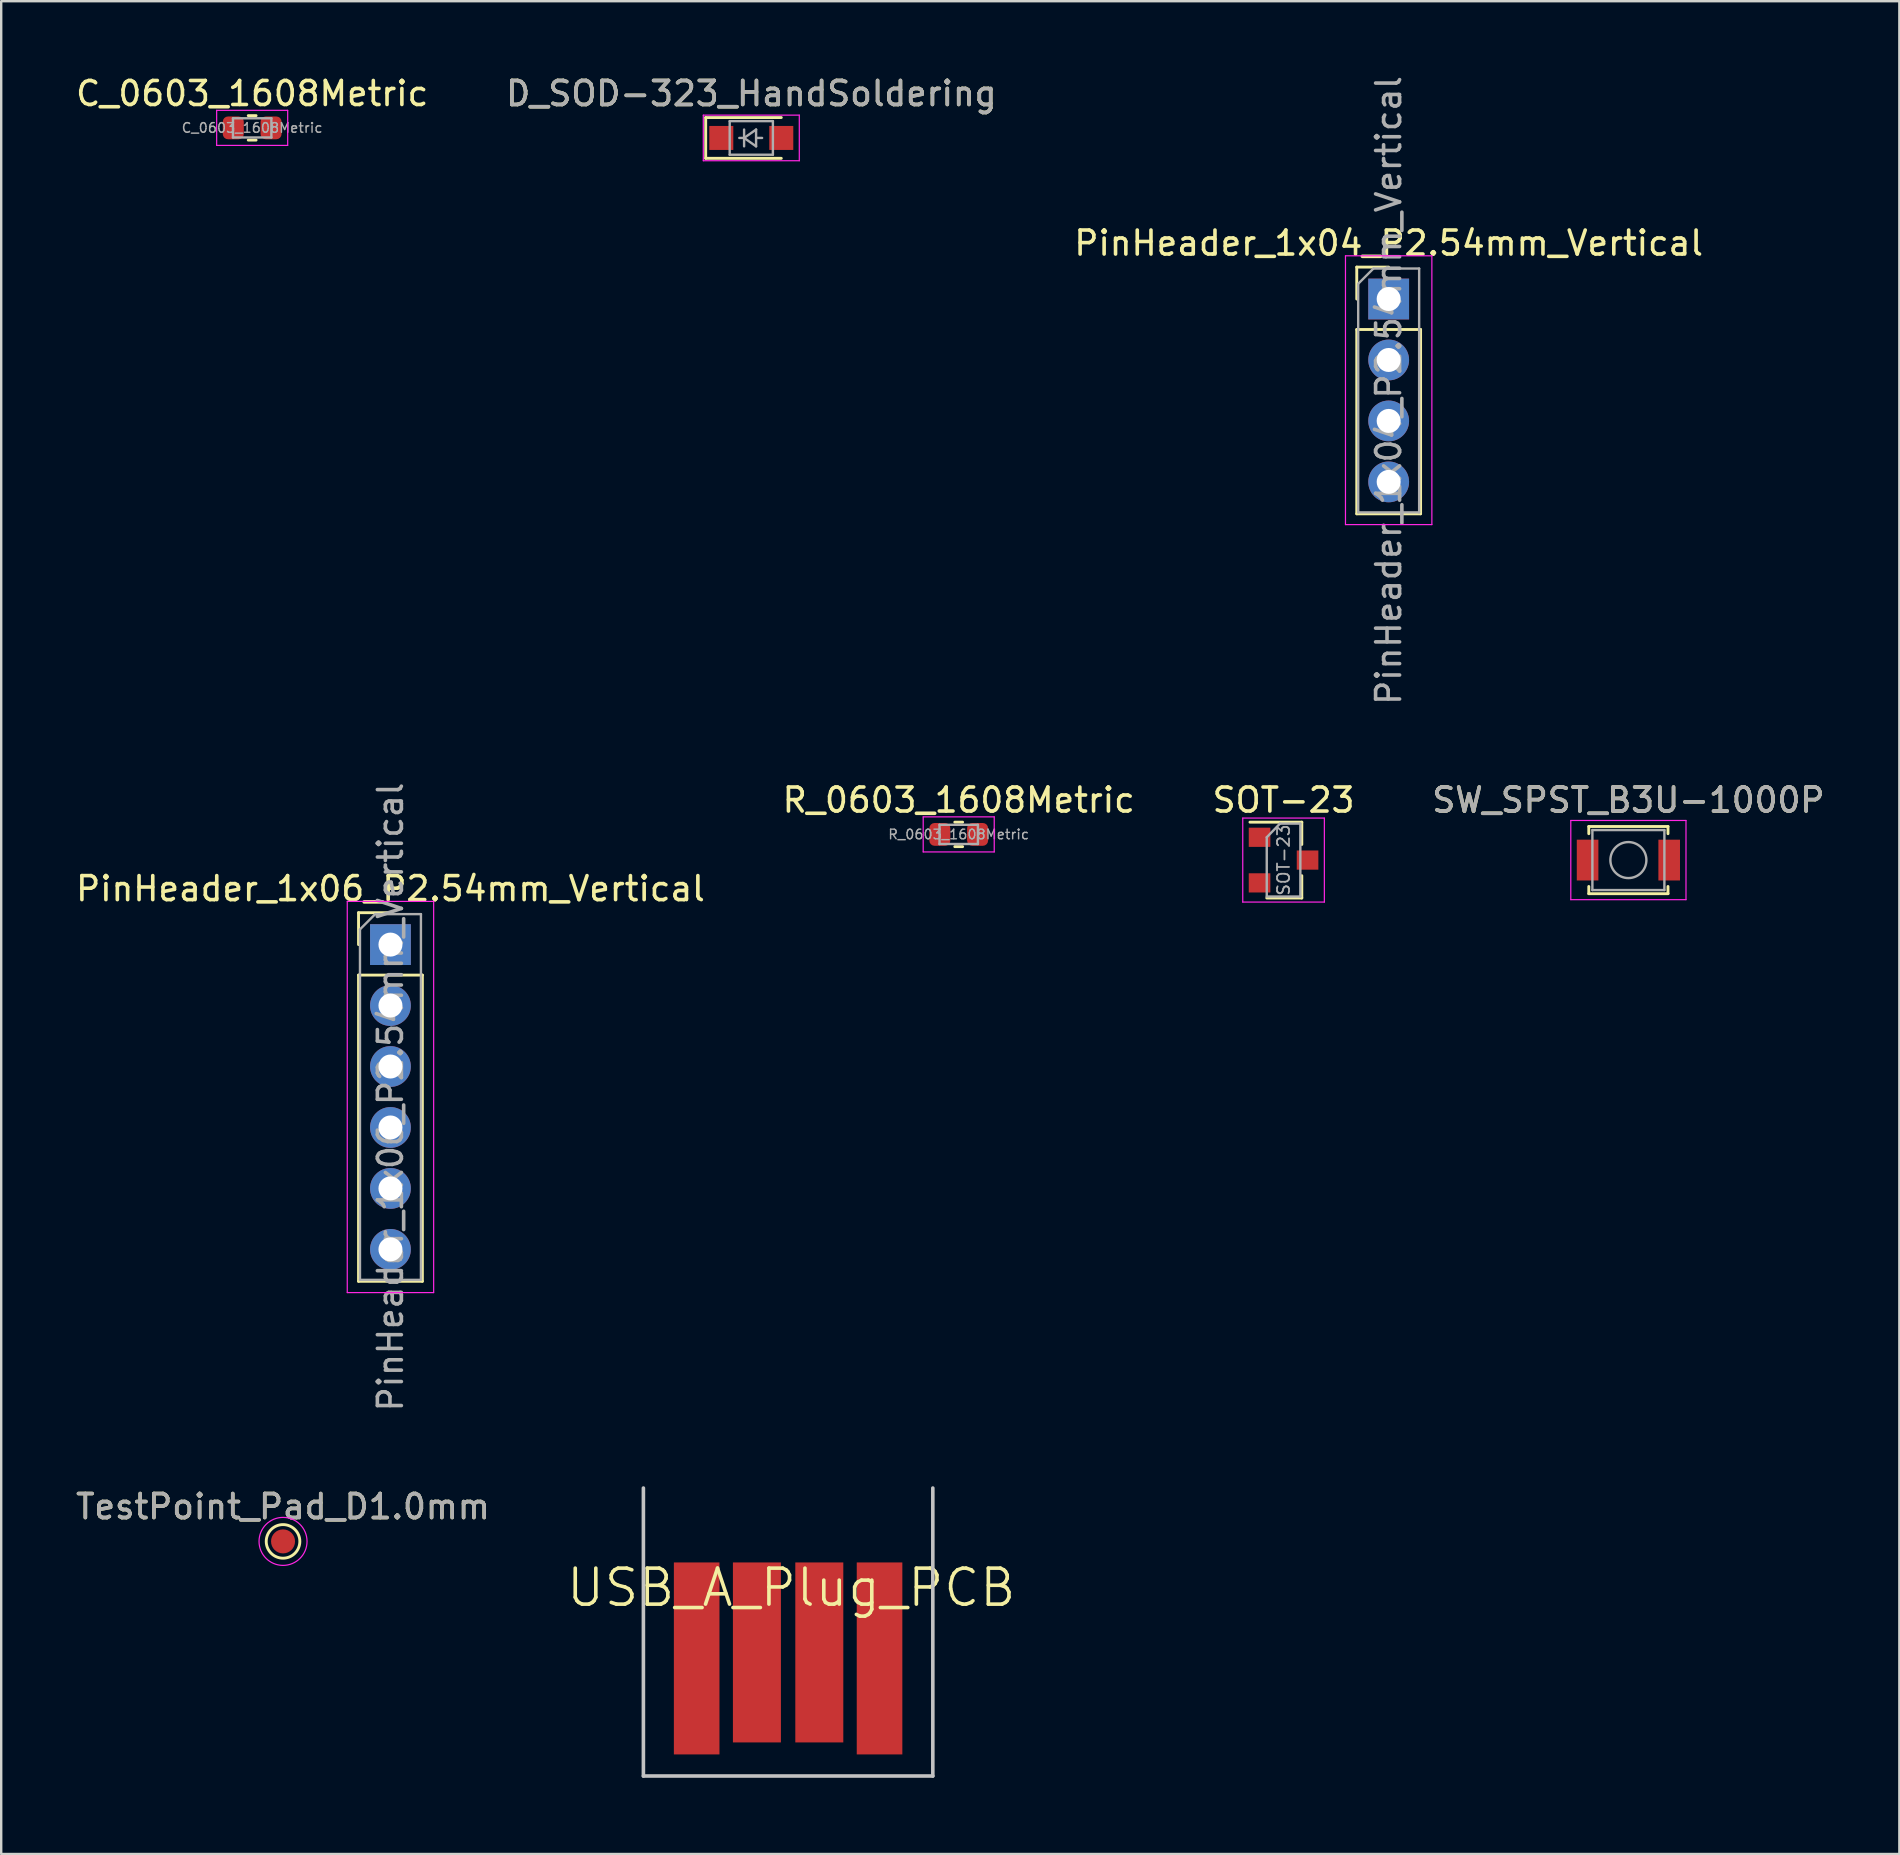
<source format=kicad_pcb>
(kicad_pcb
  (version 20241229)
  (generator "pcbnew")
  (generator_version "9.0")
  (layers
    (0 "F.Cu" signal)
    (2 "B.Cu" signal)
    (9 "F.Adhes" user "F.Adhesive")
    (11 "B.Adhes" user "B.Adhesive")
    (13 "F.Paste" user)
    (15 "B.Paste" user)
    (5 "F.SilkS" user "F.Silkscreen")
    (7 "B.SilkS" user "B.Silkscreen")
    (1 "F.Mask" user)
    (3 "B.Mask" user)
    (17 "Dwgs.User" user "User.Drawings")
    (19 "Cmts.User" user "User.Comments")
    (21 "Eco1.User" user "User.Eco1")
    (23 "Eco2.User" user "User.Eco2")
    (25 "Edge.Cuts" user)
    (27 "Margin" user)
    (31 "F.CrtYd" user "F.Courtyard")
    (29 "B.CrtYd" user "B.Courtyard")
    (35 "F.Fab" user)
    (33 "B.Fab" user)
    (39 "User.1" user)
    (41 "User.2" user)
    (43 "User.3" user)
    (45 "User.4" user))
  (footprint "PinHeader_1x06_P2.54mm_Vertical"
    (layer "F.Cu")
    (at 13.22 36.311)
    (property "Reference" "PinHeader_1x06_P2.54mm_Vertical" (at 0 -2.33 0) (layer "F.SilkS") (effects (font (size 1 1) (thickness 0.15))))
    (attr through_hole)
    (fp_line (start -1.33 -1.33) (end 0 -1.33) (stroke (width 0.12) (type solid)) (layer "F.SilkS"))
    (fp_line (start -1.33 0) (end -1.33 -1.33) (stroke (width 0.12) (type solid)) (layer "F.SilkS"))
    (fp_line (start -1.33 1.27) (end -1.33 14.03) (stroke (width 0.12) (type solid)) (layer "F.SilkS"))
    (fp_line (start -1.33 1.27) (end 1.33 1.27) (stroke (width 0.12) (type solid)) (layer "F.SilkS"))
    (fp_line (start -1.33 14.03) (end 1.33 14.03) (stroke (width 0.12) (type solid)) (layer "F.SilkS"))
    (fp_line (start 1.33 1.27) (end 1.33 14.03) (stroke (width 0.12) (type solid)) (layer "F.SilkS"))
    (fp_line (start -1.8 -1.8) (end -1.8 14.5) (stroke (width 0.05) (type solid)) (layer "F.CrtYd"))
    (fp_line (start -1.8 14.5) (end 1.8 14.5) (stroke (width 0.05) (type solid)) (layer "F.CrtYd"))
    (fp_line (start 1.8 -1.8) (end -1.8 -1.8) (stroke (width 0.05) (type solid)) (layer "F.CrtYd"))
    (fp_line (start 1.8 14.5) (end 1.8 -1.8) (stroke (width 0.05) (type solid)) (layer "F.CrtYd"))
    (fp_line (start -1.27 -0.635) (end -0.635 -1.27) (stroke (width 0.1) (type solid)) (layer "F.Fab"))
    (fp_line (start -1.27 13.97) (end -1.27 -0.635) (stroke (width 0.1) (type solid)) (layer "F.Fab"))
    (fp_line (start -0.635 -1.27) (end 1.27 -1.27) (stroke (width 0.1) (type solid)) (layer "F.Fab"))
    (fp_line (start 1.27 -1.27) (end 1.27 13.97) (stroke (width 0.1) (type solid)) (layer "F.Fab"))
    (fp_line (start 1.27 13.97) (end -1.27 13.97) (stroke (width 0.1) (type solid)) (layer "F.Fab"))
    (fp_text user "${REFERENCE}" (at 0 6.35 90) (layer "F.Fab") (effects (font (size 1 1) (thickness 0.15))))
    (pad "1" thru_hole rect (at 0 0) (size 1.7 1.7) (drill 1) (layers "*.Cu" "*.Mask"))
    (pad "2" thru_hole oval (at 0 2.54) (size 1.7 1.7) (drill 1) (layers "*.Cu" "*.Mask"))
    (pad "3" thru_hole oval (at 0 5.08) (size 1.7 1.7) (drill 1) (layers "*.Cu" "*.Mask"))
    (pad "4" thru_hole oval (at 0 7.62) (size 1.7 1.7) (drill 1) (layers "*.Cu" "*.Mask"))
    (pad "5" thru_hole oval (at 0 10.16) (size 1.7 1.7) (drill 1) (layers "*.Cu" "*.Mask"))
    (pad "6" thru_hole oval (at 0 12.7) (size 1.7 1.7) (drill 1) (layers "*.Cu" "*.Mask")))
  (footprint "SW_SPST_B3U-1000P"
    (layer "F.Cu")
    (at 64.804 32.789)
    (property "Reference" "SW_SPST_B3U-1000P" (at 0 -2.5 0) (layer "F.SilkS") (effects (font (size 1 1) (thickness 0.15))))
    (attr smd)
    (fp_line (start -1.65 -1.4) (end 1.65 -1.4) (stroke (width 0.12) (type solid)) (layer "F.SilkS"))
    (fp_line (start -1.65 -1.1) (end -1.65 -1.4) (stroke (width 0.12) (type solid)) (layer "F.SilkS"))
    (fp_line (start -1.65 1.1) (end -1.65 1.4) (stroke (width 0.12) (type solid)) (layer "F.SilkS"))
    (fp_line (start -1.65 1.4) (end 1.65 1.4) (stroke (width 0.12) (type solid)) (layer "F.SilkS"))
    (fp_line (start 1.65 -1.4) (end 1.65 -1.1) (stroke (width 0.12) (type solid)) (layer "F.SilkS"))
    (fp_line (start 1.65 1.4) (end 1.65 1.1) (stroke (width 0.12) (type solid)) (layer "F.SilkS"))
    (fp_line (start -2.4 -1.65) (end -2.4 1.65) (stroke (width 0.05) (type solid)) (layer "F.CrtYd"))
    (fp_line (start -2.4 1.65) (end 2.4 1.65) (stroke (width 0.05) (type solid)) (layer "F.CrtYd"))
    (fp_line (start 2.4 -1.65) (end -2.4 -1.65) (stroke (width 0.05) (type solid)) (layer "F.CrtYd"))
    (fp_line (start 2.4 1.65) (end 2.4 -1.65) (stroke (width 0.05) (type solid)) (layer "F.CrtYd"))
    (fp_line (start -1.5 -1.25) (end 1.5 -1.25) (stroke (width 0.1) (type solid)) (layer "F.Fab"))
    (fp_line (start -1.5 1.25) (end -1.5 -1.25) (stroke (width 0.1) (type solid)) (layer "F.Fab"))
    (fp_line (start 1.5 -1.25) (end 1.5 1.25) (stroke (width 0.1) (type solid)) (layer "F.Fab"))
    (fp_line (start 1.5 1.25) (end -1.5 1.25) (stroke (width 0.1) (type solid)) (layer "F.Fab"))
    (fp_circle (center 0 0) (end 0.75 0) (stroke (width 0.1) (type solid)) (fill no) (layer "F.Fab"))
    (fp_text user "${REFERENCE}" (at 0 -2.5 0) (layer "F.Fab") (effects (font (size 1 1) (thickness 0.15))))
    (pad "1" smd rect (at -1.7 0) (size 0.9 1.7) (layers "F.Cu" "F.Mask" "F.Paste"))
    (pad "2" smd rect (at 1.7 0) (size 0.9 1.7) (layers "F.Cu" "F.Mask" "F.Paste")))
  (footprint "PinHeader_1x04_P2.54mm_Vertical"
    (layer "F.Cu")
    (at 54.815 9.41)
    (property "Reference" "PinHeader_1x04_P2.54mm_Vertical" (at 0 -2.33 180) (layer "F.SilkS") (effects (font (size 1 1) (thickness 0.15))))
    (attr through_hole)
    (fp_line (start -1.33 -1.33) (end 0 -1.33) (stroke (width 0.12) (type solid)) (layer "F.SilkS"))
    (fp_line (start -1.33 0) (end -1.33 -1.33) (stroke (width 0.12) (type solid)) (layer "F.SilkS"))
    (fp_line (start -1.33 1.27) (end -1.33 8.95) (stroke (width 0.12) (type solid)) (layer "F.SilkS"))
    (fp_line (start -1.33 1.27) (end 1.33 1.27) (stroke (width 0.12) (type solid)) (layer "F.SilkS"))
    (fp_line (start -1.33 8.95) (end 1.33 8.95) (stroke (width 0.12) (type solid)) (layer "F.SilkS"))
    (fp_line (start 1.33 1.27) (end 1.33 8.95) (stroke (width 0.12) (type solid)) (layer "F.SilkS"))
    (fp_line (start -1.8 -1.8) (end -1.8 9.4) (stroke (width 0.05) (type solid)) (layer "F.CrtYd"))
    (fp_line (start -1.8 9.4) (end 1.8 9.4) (stroke (width 0.05) (type solid)) (layer "F.CrtYd"))
    (fp_line (start 1.8 -1.8) (end -1.8 -1.8) (stroke (width 0.05) (type solid)) (layer "F.CrtYd"))
    (fp_line (start 1.8 9.4) (end 1.8 -1.8) (stroke (width 0.05) (type solid)) (layer "F.CrtYd"))
    (fp_line (start -1.27 -0.635) (end -0.635 -1.27) (stroke (width 0.1) (type solid)) (layer "F.Fab"))
    (fp_line (start -1.27 8.89) (end -1.27 -0.635) (stroke (width 0.1) (type solid)) (layer "F.Fab"))
    (fp_line (start -0.635 -1.27) (end 1.27 -1.27) (stroke (width 0.1) (type solid)) (layer "F.Fab"))
    (fp_line (start 1.27 -1.27) (end 1.27 8.89) (stroke (width 0.1) (type solid)) (layer "F.Fab"))
    (fp_line (start 1.27 8.89) (end -1.27 8.89) (stroke (width 0.1) (type solid)) (layer "F.Fab"))
    (fp_text user "${REFERENCE}" (at 0 3.81 90) (layer "F.Fab") (effects (font (size 1 1) (thickness 0.15))))
    (pad "1" thru_hole rect (at 0 0) (size 1.7 1.7) (drill 1) (layers "*.Cu" "*.Mask"))
    (pad "2" thru_hole oval (at 0 2.54) (size 1.7 1.7) (drill 1) (layers "*.Cu" "*.Mask"))
    (pad "3" thru_hole oval (at 0 5.08) (size 1.7 1.7) (drill 1) (layers "*.Cu" "*.Mask"))
    (pad "4" thru_hole oval (at 0 7.62) (size 1.7 1.7) (drill 1) (layers "*.Cu" "*.Mask")))
  (footprint "C_0603_1608Metric"
    (layer "F.Cu")
    (at 7.458 2.278)
    (property "Reference" "C_0603_1608Metric" (at 0 -1.43 0) (layer "F.SilkS") (effects (font (size 1 1) (thickness 0.15))))
    (attr smd)
    (fp_line (start -0.163 -0.51) (end 0.163 -0.51) (stroke (width 0.12) (type solid)) (layer "F.SilkS"))
    (fp_line (start -0.163 0.51) (end 0.163 0.51) (stroke (width 0.12) (type solid)) (layer "F.SilkS"))
    (fp_line (start -1.48 -0.73) (end 1.48 -0.73) (stroke (width 0.05) (type solid)) (layer "F.CrtYd"))
    (fp_line (start -1.48 0.73) (end -1.48 -0.73) (stroke (width 0.05) (type solid)) (layer "F.CrtYd"))
    (fp_line (start 1.48 -0.73) (end 1.48 0.73) (stroke (width 0.05) (type solid)) (layer "F.CrtYd"))
    (fp_line (start 1.48 0.73) (end -1.48 0.73) (stroke (width 0.05) (type solid)) (layer "F.CrtYd"))
    (fp_line (start -0.8 -0.4) (end 0.8 -0.4) (stroke (width 0.1) (type solid)) (layer "F.Fab"))
    (fp_line (start -0.8 0.4) (end -0.8 -0.4) (stroke (width 0.1) (type solid)) (layer "F.Fab"))
    (fp_line (start 0.8 -0.4) (end 0.8 0.4) (stroke (width 0.1) (type solid)) (layer "F.Fab"))
    (fp_line (start 0.8 0.4) (end -0.8 0.4) (stroke (width 0.1) (type solid)) (layer "F.Fab"))
    (fp_text user "${REFERENCE}" (at 0 0 0) (layer "F.Fab") (effects (font (size 0.4 0.4) (thickness 0.06))))
    (pad "1" smd roundrect (at -0.787 0) (size 0.875 0.95) (layers "F.Cu" "F.Mask" "F.Paste") (roundrect_rratio 0.25))
    (pad "2" smd roundrect (at 0.787 0) (size 0.875 0.95) (layers "F.Cu" "F.Mask" "F.Paste") (roundrect_rratio 0.25)))
  (footprint "SOT-23"
    (layer "F.Cu")
    (at 50.435 32.789)
    (property "Reference" "SOT-23" (at 0 -2.5 0) (layer "F.SilkS") (effects (font (size 1 1) (thickness 0.15))))
    (attr smd)
    (fp_line (start 0.76 -1.58) (end -1.4 -1.58) (stroke (width 0.12) (type solid)) (layer "F.SilkS"))
    (fp_line (start 0.76 -1.58) (end 0.76 -0.65) (stroke (width 0.12) (type solid)) (layer "F.SilkS"))
    (fp_line (start 0.76 1.58) (end -0.7 1.58) (stroke (width 0.12) (type solid)) (layer "F.SilkS"))
    (fp_line (start 0.76 1.58) (end 0.76 0.65) (stroke (width 0.12) (type solid)) (layer "F.SilkS"))
    (fp_line (start -1.7 -1.75) (end 1.7 -1.75) (stroke (width 0.05) (type solid)) (layer "F.CrtYd"))
    (fp_line (start -1.7 1.75) (end -1.7 -1.75) (stroke (width 0.05) (type solid)) (layer "F.CrtYd"))
    (fp_line (start 1.7 -1.75) (end 1.7 1.75) (stroke (width 0.05) (type solid)) (layer "F.CrtYd"))
    (fp_line (start 1.7 1.75) (end -1.7 1.75) (stroke (width 0.05) (type solid)) (layer "F.CrtYd"))
    (fp_line (start -0.7 -0.95) (end -0.7 1.5) (stroke (width 0.1) (type solid)) (layer "F.Fab"))
    (fp_line (start -0.7 -0.95) (end -0.15 -1.52) (stroke (width 0.1) (type solid)) (layer "F.Fab"))
    (fp_line (start -0.7 1.52) (end 0.7 1.52) (stroke (width 0.1) (type solid)) (layer "F.Fab"))
    (fp_line (start -0.15 -1.52) (end 0.7 -1.52) (stroke (width 0.1) (type solid)) (layer "F.Fab"))
    (fp_line (start 0.7 -1.52) (end 0.7 1.52) (stroke (width 0.1) (type solid)) (layer "F.Fab"))
    (fp_text user "${REFERENCE}" (at 0 0 270) (layer "F.Fab") (effects (font (size 0.5 0.5) (thickness 0.075))))
    (pad "1" smd rect (at -1 -0.95) (size 0.9 0.8) (layers "F.Cu" "F.Mask" "F.Paste"))
    (pad "2" smd rect (at -1 0.95) (size 0.9 0.8) (layers "F.Cu" "F.Mask" "F.Paste"))
    (pad "3" smd rect (at 1 0) (size 0.9 0.8) (layers "F.Cu" "F.Mask" "F.Paste")))
  (footprint "TestPoint_Pad_D1.0mm"
    (layer "F.Cu")
    (at 8.744 61.179)
    (property "Reference" "TestPoint_Pad_D1.0mm" (at 0 -1.448 180) (layer "F.SilkS") (effects (font (size 1 1) (thickness 0.15))))
    (attr exclude_from_pos_files exclude_from_bom)
    (fp_circle (center 0 0) (end 0 0.7) (stroke (width 0.12) (type solid)) (fill no) (layer "F.SilkS"))
    (fp_circle (center 0 0) (end 1 0) (stroke (width 0.05) (type solid)) (fill no) (layer "F.CrtYd"))
    (fp_text user "${REFERENCE}" (at 0 -1.45 180) (layer "F.Fab") (effects (font (size 1 1) (thickness 0.15))))
    (pad "1" smd circle (at 0 0) (size 1 1) (layers "F.Cu" "F.Mask")))
  (footprint "R_0603_1608Metric"
    (layer "F.Cu")
    (at 36.899 31.719)
    (property "Reference" "R_0603_1608Metric" (at 0 -1.43 0) (layer "F.SilkS") (effects (font (size 1 1) (thickness 0.15))))
    (attr smd)
    (fp_line (start -0.163 -0.51) (end 0.163 -0.51) (stroke (width 0.12) (type solid)) (layer "F.SilkS"))
    (fp_line (start -0.163 0.51) (end 0.163 0.51) (stroke (width 0.12) (type solid)) (layer "F.SilkS"))
    (fp_line (start -1.48 -0.73) (end 1.48 -0.73) (stroke (width 0.05) (type solid)) (layer "F.CrtYd"))
    (fp_line (start -1.48 0.73) (end -1.48 -0.73) (stroke (width 0.05) (type solid)) (layer "F.CrtYd"))
    (fp_line (start 1.48 -0.73) (end 1.48 0.73) (stroke (width 0.05) (type solid)) (layer "F.CrtYd"))
    (fp_line (start 1.48 0.73) (end -1.48 0.73) (stroke (width 0.05) (type solid)) (layer "F.CrtYd"))
    (fp_line (start -0.8 -0.4) (end 0.8 -0.4) (stroke (width 0.1) (type solid)) (layer "F.Fab"))
    (fp_line (start -0.8 0.4) (end -0.8 -0.4) (stroke (width 0.1) (type solid)) (layer "F.Fab"))
    (fp_line (start 0.8 -0.4) (end 0.8 0.4) (stroke (width 0.1) (type solid)) (layer "F.Fab"))
    (fp_line (start 0.8 0.4) (end -0.8 0.4) (stroke (width 0.1) (type solid)) (layer "F.Fab"))
    (fp_text user "${REFERENCE}" (at 0 0 0) (layer "F.Fab") (effects (font (size 0.4 0.4) (thickness 0.06))))
    (pad "1" smd roundrect (at -0.787 0) (size 0.875 0.95) (layers "F.Cu" "F.Mask" "F.Paste") (roundrect_rratio 0.25))
    (pad "2" smd roundrect (at 0.787 0) (size 0.875 0.95) (layers "F.Cu" "F.Mask" "F.Paste") (roundrect_rratio 0.25)))
  (footprint "D_SOD-323_HandSoldering"
    (layer "F.Cu")
    (at 28.256 2.698)
    (property "Reference" "D_SOD-323_HandSoldering" (at 0 -1.85 180) (layer "F.SilkS") (effects (font (size 1 1) (thickness 0.15))))
    (attr smd)
    (fp_line (start -1.9 -0.85) (end -1.9 0.85) (stroke (width 0.12) (type solid)) (layer "F.SilkS"))
    (fp_line (start -1.9 -0.85) (end 1.25 -0.85) (stroke (width 0.12) (type solid)) (layer "F.SilkS"))
    (fp_line (start -1.9 0.85) (end 1.25 0.85) (stroke (width 0.12) (type solid)) (layer "F.SilkS"))
    (fp_line (start -2 -0.95) (end -2 0.95) (stroke (width 0.05) (type solid)) (layer "F.CrtYd"))
    (fp_line (start -2 -0.95) (end 2 -0.95) (stroke (width 0.05) (type solid)) (layer "F.CrtYd"))
    (fp_line (start -2 0.95) (end 2 0.95) (stroke (width 0.05) (type solid)) (layer "F.CrtYd"))
    (fp_line (start 2 -0.95) (end 2 0.95) (stroke (width 0.05) (type solid)) (layer "F.CrtYd"))
    (fp_line (start -0.9 -0.7) (end 0.9 -0.7) (stroke (width 0.1) (type solid)) (layer "F.Fab"))
    (fp_line (start -0.9 0.7) (end -0.9 -0.7) (stroke (width 0.1) (type solid)) (layer "F.Fab"))
    (fp_line (start -0.3 -0.35) (end -0.3 0.35) (stroke (width 0.1) (type solid)) (layer "F.Fab"))
    (fp_line (start -0.3 0) (end -0.5 0) (stroke (width 0.1) (type solid)) (layer "F.Fab"))
    (fp_line (start -0.3 0) (end 0.2 -0.35) (stroke (width 0.1) (type solid)) (layer "F.Fab"))
    (fp_line (start 0.2 -0.35) (end 0.2 0.35) (stroke (width 0.1) (type solid)) (layer "F.Fab"))
    (fp_line (start 0.2 0) (end 0.45 0) (stroke (width 0.1) (type solid)) (layer "F.Fab"))
    (fp_line (start 0.2 0.35) (end -0.3 0) (stroke (width 0.1) (type solid)) (layer "F.Fab"))
    (fp_line (start 0.9 -0.7) (end 0.9 0.7) (stroke (width 0.1) (type solid)) (layer "F.Fab"))
    (fp_line (start 0.9 0.7) (end -0.9 0.7) (stroke (width 0.1) (type solid)) (layer "F.Fab"))
    (fp_text user "${REFERENCE}" (at 0 -1.85 180) (layer "F.Fab") (effects (font (size 1 1) (thickness 0.15))))
    (pad "1" smd rect (at -1.25 0) (size 1 1) (layers "F.Cu" "F.Mask" "F.Paste"))
    (pad "2" smd rect (at 1.25 0) (size 1 1) (layers "F.Cu" "F.Mask" "F.Paste")))
  (footprint "USB_A_Plug_PCB"
    (layer "F.Cu")
    (at 29.79 70.956)
    (property "Reference" "USB_A_Plug_PCB" (at 0.13 -7.85 180) (layer "F.SilkS") (effects (font (size 1.5 1.5) (thickness 0.15))))
    (attr exclude_from_pos_files exclude_from_bom)
    (fp_line (start -6.03 0) (end -6.03 -12) (stroke (width 0.15) (type solid)) (layer "Dwgs.User"))
    (fp_line (start 6.03 0) (end -6.03 0) (stroke (width 0.15) (type solid)) (layer "Dwgs.User"))
    (fp_line (start 6.03 0) (end 6.03 -12) (stroke (width 0.15) (type solid)) (layer "Dwgs.User"))
    (pad "1" connect rect (at 3.81 -4.9) (size 1.9 8) (layers "F.Cu" "F.Mask"))
    (pad "2" connect rect (at 1.3 -5.15) (size 2 7.5) (layers "F.Cu" "F.Mask"))
    (pad "3" connect rect (at -1.3 -5.15) (size 2 7.5) (layers "F.Cu" "F.Mask"))
    (pad "4" connect rect (at -3.81 -4.9) (size 1.9 8) (layers "F.Cu" "F.Mask")))
  (gr_rect
    (start -3 -3)
    (end 76.095 74.206)
    (stroke (width 0.1) (type default))
    (fill no)
    (layer "Edge.Cuts")))
</source>
